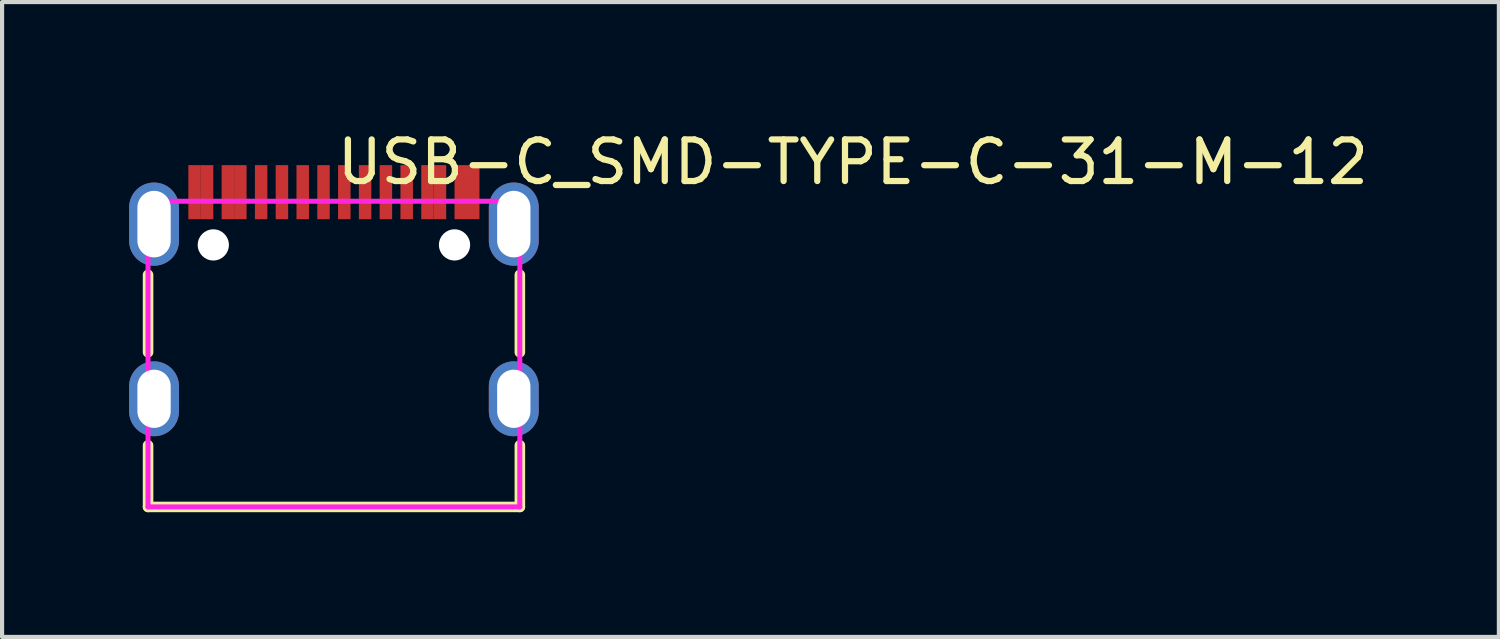
<source format=kicad_pcb>
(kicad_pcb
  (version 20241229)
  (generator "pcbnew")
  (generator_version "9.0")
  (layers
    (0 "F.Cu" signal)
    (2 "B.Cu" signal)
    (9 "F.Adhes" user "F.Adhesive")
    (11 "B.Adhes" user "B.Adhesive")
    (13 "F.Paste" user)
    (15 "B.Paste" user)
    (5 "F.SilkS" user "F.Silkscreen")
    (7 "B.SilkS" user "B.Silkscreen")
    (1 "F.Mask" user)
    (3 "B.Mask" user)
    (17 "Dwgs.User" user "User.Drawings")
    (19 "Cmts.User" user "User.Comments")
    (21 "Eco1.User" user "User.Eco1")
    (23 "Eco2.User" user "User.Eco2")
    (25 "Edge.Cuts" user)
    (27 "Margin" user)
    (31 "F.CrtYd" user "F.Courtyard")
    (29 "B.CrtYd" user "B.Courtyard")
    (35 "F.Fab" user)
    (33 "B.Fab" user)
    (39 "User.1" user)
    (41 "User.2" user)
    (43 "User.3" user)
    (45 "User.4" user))
  (footprint "USB-C_SMD-TYPE-C-31-M-12"
    (layer "F.Cu")
    (at 4.979 4.055)
    (property "Reference" "USB-C_SMD-TYPE-C-31-M-12" (at 0 -3.207 0) (layer "F.SilkS") (effects (font (size 1 1) (thickness 0.15)) (justify left)))
    (attr through_hole)
    (fp_line (start -4.469 1.366) (end -4.469 -0.497) (stroke (width 0.254) (type solid)) (layer "F.SilkS"))
    (fp_line (start -4.469 5.084) (end -4.469 3.603) (stroke (width 0.254) (type solid)) (layer "F.SilkS"))
    (fp_line (start 4.471 1.366) (end 4.471 -0.498) (stroke (width 0.254) (type solid)) (layer "F.SilkS"))
    (fp_line (start 4.471 5.084) (end -4.469 5.084) (stroke (width 0.254) (type solid)) (layer "F.SilkS"))
    (fp_line (start 4.471 5.084) (end 4.471 3.602) (stroke (width 0.254) (type solid)) (layer "F.SilkS"))
    (fp_poly (pts (xy -1.9 -3.134) (xy -1.6 -3.134) (xy -1.6 -1.835) (xy -1.9 -1.835)) (stroke (width 0.12) (type solid)) (fill yes) (layer "F.Paste"))
    (fp_poly (pts (xy -1.4 -3.134) (xy -1.1 -3.134) (xy -1.1 -1.835) (xy -1.4 -1.835)) (stroke (width 0.12) (type solid)) (fill yes) (layer "F.Paste"))
    (fp_poly (pts (xy -0.9 -3.134) (xy -0.6 -3.134) (xy -0.6 -1.835) (xy -0.9 -1.835)) (stroke (width 0.12) (type solid)) (fill yes) (layer "F.Paste"))
    (fp_poly (pts (xy -0.4 -3.134) (xy -0.1 -3.134) (xy -0.1 -1.835) (xy -0.4 -1.835)) (stroke (width 0.12) (type solid)) (fill yes) (layer "F.Paste"))
    (fp_poly (pts (xy 0.1 -3.134) (xy 0.4 -3.134) (xy 0.4 -1.835) (xy 0.1 -1.835)) (stroke (width 0.12) (type solid)) (fill yes) (layer "F.Paste"))
    (fp_poly (pts (xy 0.6 -3.134) (xy 0.9 -3.134) (xy 0.9 -1.835) (xy 0.6 -1.835)) (stroke (width 0.12) (type solid)) (fill yes) (layer "F.Paste"))
    (fp_poly (pts (xy 1.1 -3.134) (xy 1.4 -3.134) (xy 1.4 -1.835) (xy 1.1 -1.835)) (stroke (width 0.12) (type solid)) (fill yes) (layer "F.Paste"))
    (fp_poly (pts (xy 1.6 -3.134) (xy 1.9 -3.134) (xy 1.9 -1.835) (xy 1.6 -1.835)) (stroke (width 0.12) (type solid)) (fill yes) (layer "F.Paste"))
    (fp_poly (pts (xy -3.45 -3.134) (xy -2.95 -3.134) (xy -2.95 -1.834) (xy -3.45 -1.834) (xy -3.45 -1.857)) (stroke (width 0.12) (type solid)) (fill yes) (layer "F.Paste"))
    (fp_poly (pts (xy -2.65 -3.134) (xy -2.15 -3.134) (xy -2.15 -1.834) (xy -2.65 -1.834) (xy -2.65 -1.857)) (stroke (width 0.12) (type solid)) (fill yes) (layer "F.Paste"))
    (fp_poly (pts (xy 2.15 -3.134) (xy 2.65 -3.134) (xy 2.65 -1.834) (xy 2.15 -1.834) (xy 2.15 -1.857)) (stroke (width 0.12) (type solid)) (fill yes) (layer "F.Paste"))
    (fp_poly (pts (xy 2.95 -3.134) (xy 3.45 -3.134) (xy 3.45 -1.834) (xy 2.95 -1.834) (xy 2.95 -1.857)) (stroke (width 0.12) (type solid)) (fill yes) (layer "F.Paste"))
    (fp_poly (pts (xy -3.721 -1.312) (xy -3.733 -1.196) (xy -3.766 -1.085) (xy -3.821 -0.982) (xy -3.895 -0.892) (xy -3.986 -0.817) (xy -4.088 -0.762) (xy -4.2 -0.729) (xy -4.316 -0.717) (xy -4.342 -0.717) (xy -4.455 -0.728) (xy -4.563 -0.761) (xy -4.663 -0.814) (xy -4.75 -0.886) (xy -4.822 -0.974) (xy -4.875 -1.073) (xy -4.908 -1.182) (xy -4.919 -1.294) (xy -4.919 -2.128) (xy -4.907 -2.243) (xy -4.874 -2.353) (xy -4.82 -2.454) (xy -4.747 -2.543) (xy -4.658 -2.616) (xy -4.557 -2.67) (xy -4.447 -2.703) (xy -4.333 -2.715) (xy -4.297 -2.715) (xy -4.185 -2.703) (xy -4.076 -2.671) (xy -3.977 -2.617) (xy -3.889 -2.546) (xy -3.817 -2.458) (xy -3.764 -2.358) (xy -3.731 -2.25) (xy -3.72 -2.138) (xy -3.721 -1.312)) (stroke (width 0.12) (type solid)) (fill yes) (layer "F.Paste"))
    (fp_poly (pts (xy 4.298 -0.717) (xy 4.185 -0.728) (xy 4.077 -0.761) (xy 3.977 -0.814) (xy 3.89 -0.886) (xy 3.818 -0.974) (xy 3.765 -1.073) (xy 3.732 -1.182) (xy 3.721 -1.294) (xy 3.721 -2.128) (xy 3.733 -2.243) (xy 3.766 -2.353) (xy 3.82 -2.454) (xy 3.893 -2.543) (xy 3.982 -2.616) (xy 4.083 -2.67) (xy 4.193 -2.703) (xy 4.308 -2.715) (xy 4.343 -2.715) (xy 4.455 -2.703) (xy 4.564 -2.671) (xy 4.663 -2.617) (xy 4.751 -2.546) (xy 4.823 -2.458) (xy 4.876 -2.358) (xy 4.909 -2.25) (xy 4.92 -2.138) (xy 4.919 -1.312) (xy 4.908 -1.196) (xy 4.874 -1.085) (xy 4.819 -0.982) (xy 4.745 -0.892) (xy 4.654 -0.817) (xy 4.552 -0.762) (xy 4.44 -0.729) (xy 4.324 -0.717) (xy 4.298 -0.717)) (stroke (width 0.12) (type solid)) (fill yes) (layer "F.Paste"))
    (fp_poly (pts (xy -3.72 2.38) (xy -3.721 2.38) (xy -3.721 2.381) (xy -3.721 2.77) (xy -3.732 2.885) (xy -3.766 2.996) (xy -3.821 3.099) (xy -3.894 3.189) (xy -3.984 3.262) (xy -4.086 3.317) (xy -4.198 3.351) (xy -4.313 3.362) (xy -4.36 3.362) (xy -4.469 3.351) (xy -4.573 3.32) (xy -4.669 3.268) (xy -4.754 3.199) (xy -4.823 3.115) (xy -4.874 3.019) (xy -4.906 2.914) (xy -4.916 2.806) (xy -4.916 2.517) (xy -4.919 2.156) (xy -4.907 2.041) (xy -4.874 1.93) (xy -4.819 1.828) (xy -4.746 1.739) (xy -4.657 1.666) (xy -4.555 1.611) (xy -4.444 1.578) (xy -4.33 1.566) (xy -4.295 1.566) (xy -4.182 1.578) (xy -4.075 1.61) (xy -3.975 1.663) (xy -3.888 1.735) (xy -3.816 1.822) (xy -3.763 1.922) (xy -3.731 2.029) (xy -3.72 2.142) (xy -3.72 2.258)) (stroke (width 0.12) (type solid)) (fill yes) (layer "F.Paste"))
    (fp_poly (pts (xy 4.92 2.38) (xy 4.919 2.38) (xy 4.919 2.381) (xy 4.919 2.77) (xy 4.908 2.885) (xy 4.874 2.996) (xy 4.819 3.099) (xy 4.746 3.189) (xy 4.656 3.262) (xy 4.554 3.317) (xy 4.443 3.351) (xy 4.327 3.362) (xy 4.28 3.362) (xy 4.171 3.351) (xy 4.067 3.32) (xy 3.971 3.268) (xy 3.887 3.199) (xy 3.817 3.115) (xy 3.766 3.019) (xy 3.734 2.914) (xy 3.724 2.806) (xy 3.724 2.517) (xy 3.722 2.156) (xy 3.733 2.041) (xy 3.766 1.93) (xy 3.821 1.828) (xy 3.894 1.739) (xy 3.983 1.666) (xy 4.085 1.611) (xy 4.196 1.578) (xy 4.311 1.566) (xy 4.345 1.566) (xy 4.458 1.578) (xy 4.566 1.61) (xy 4.665 1.663) (xy 4.752 1.735) (xy 4.824 1.822) (xy 4.877 1.922) (xy 4.909 2.029) (xy 4.921 2.142) (xy 4.921 2.258)) (stroke (width 0.12) (type solid)) (fill yes) (layer "F.Paste"))
    (fp_circle (center -2.9 -1.216) (end -2.775 -1.216) (stroke (width 0.25) (type solid)) (fill no) (layer "Dwgs.User"))
    (fp_circle (center 2.9 -1.216) (end 3.025 -1.216) (stroke (width 0.25) (type solid)) (fill no) (layer "Dwgs.User"))
    (fp_circle (center -4.475 -2.766) (end -4.445 -2.766) (stroke (width 0.06) (type solid)) (fill no) (layer "Eco2.User"))
    (fp_poly (pts (xy -4.475 -2.266) (xy -4.175 -2.266) (xy -4.175 -1.166) (xy -4.475 -1.166)) (stroke (width 0.12) (type solid)) (fill no) (layer "Eco2.User"))
    (fp_poly (pts (xy -4.475 2.084) (xy -4.175 2.084) (xy -4.175 2.884) (xy -4.475 2.884)) (stroke (width 0.12) (type solid)) (fill no) (layer "Eco2.User"))
    (fp_poly (pts (xy -3.41 -2.766) (xy -3.21 -2.766) (xy -3.21 -2.066) (xy -3.41 -2.066)) (stroke (width 0.12) (type solid)) (fill no) (layer "Eco2.User"))
    (fp_poly (pts (xy -3.21 -2.766) (xy -3.01 -2.766) (xy -3.01 -2.066) (xy -3.21 -2.066)) (stroke (width 0.12) (type solid)) (fill no) (layer "Eco2.User"))
    (fp_poly (pts (xy -2.61 -2.766) (xy -2.41 -2.766) (xy -2.41 -2.066) (xy -2.61 -2.066)) (stroke (width 0.12) (type solid)) (fill no) (layer "Eco2.User"))
    (fp_poly (pts (xy -2.41 -2.766) (xy -2.21 -2.766) (xy -2.21 -2.066) (xy -2.41 -2.066)) (stroke (width 0.12) (type solid)) (fill no) (layer "Eco2.User"))
    (fp_poly (pts (xy -1.85 -2.766) (xy -1.65 -2.766) (xy -1.65 -2.066) (xy -1.85 -2.066)) (stroke (width 0.12) (type solid)) (fill no) (layer "Eco2.User"))
    (fp_poly (pts (xy -1.35 -2.766) (xy -1.15 -2.766) (xy -1.15 -2.066) (xy -1.35 -2.066)) (stroke (width 0.12) (type solid)) (fill no) (layer "Eco2.User"))
    (fp_poly (pts (xy -0.85 -2.766) (xy -0.65 -2.766) (xy -0.65 -2.066) (xy -0.85 -2.066)) (stroke (width 0.12) (type solid)) (fill no) (layer "Eco2.User"))
    (fp_poly (pts (xy -0.35 -2.766) (xy -0.15 -2.766) (xy -0.15 -2.066) (xy -0.35 -2.066)) (stroke (width 0.12) (type solid)) (fill no) (layer "Eco2.User"))
    (fp_poly (pts (xy 0.15 -2.766) (xy 0.35 -2.766) (xy 0.35 -2.066) (xy 0.15 -2.066)) (stroke (width 0.12) (type solid)) (fill no) (layer "Eco2.User"))
    (fp_poly (pts (xy 0.65 -2.766) (xy 0.85 -2.766) (xy 0.85 -2.066) (xy 0.65 -2.066)) (stroke (width 0.12) (type solid)) (fill no) (layer "Eco2.User"))
    (fp_poly (pts (xy 1.15 -2.766) (xy 1.35 -2.766) (xy 1.35 -2.066) (xy 1.15 -2.066)) (stroke (width 0.12) (type solid)) (fill no) (layer "Eco2.User"))
    (fp_poly (pts (xy 1.65 -2.766) (xy 1.85 -2.766) (xy 1.85 -2.066) (xy 1.65 -2.066)) (stroke (width 0.12) (type solid)) (fill no) (layer "Eco2.User"))
    (fp_poly (pts (xy 2.21 -2.766) (xy 2.41 -2.766) (xy 2.41 -2.066) (xy 2.21 -2.066)) (stroke (width 0.12) (type solid)) (fill no) (layer "Eco2.User"))
    (fp_poly (pts (xy 2.41 -2.766) (xy 2.61 -2.766) (xy 2.61 -2.066) (xy 2.41 -2.066)) (stroke (width 0.12) (type solid)) (fill no) (layer "Eco2.User"))
    (fp_poly (pts (xy 3.01 -2.766) (xy 3.21 -2.766) (xy 3.21 -2.066) (xy 3.01 -2.066)) (stroke (width 0.12) (type solid)) (fill no) (layer "Eco2.User"))
    (fp_poly (pts (xy 3.21 -2.766) (xy 3.41 -2.766) (xy 3.41 -2.066) (xy 3.21 -2.066)) (stroke (width 0.12) (type solid)) (fill no) (layer "Eco2.User"))
    (fp_poly (pts (xy 4.175 -2.266) (xy 4.475 -2.266) (xy 4.475 -1.166) (xy 4.175 -1.166)) (stroke (width 0.12) (type solid)) (fill no) (layer "Eco2.User"))
    (fp_poly (pts (xy 4.175 2.084) (xy 4.475 2.084) (xy 4.475 2.884) (xy 4.175 2.884)) (stroke (width 0.12) (type solid)) (fill no) (layer "Eco2.User"))
    (fp_line (start -4.47 -2.266) (end 4.47 -2.266) (stroke (width 0.12) (type solid)) (layer "F.CrtYd"))
    (fp_line (start -4.47 5.084) (end -4.47 -2.266) (stroke (width 0.12) (type solid)) (layer "F.CrtYd"))
    (fp_line (start 4.47 -2.266) (end 4.47 5.084) (stroke (width 0.12) (type solid)) (layer "F.CrtYd"))
    (fp_line (start 4.47 5.084) (end -4.47 5.084) (stroke (width 0.12) (type solid)) (layer "F.CrtYd"))
    (pad "" np_thru_hole circle (at -2.9 -1.216) (size 0.75 0.75) (drill 0.75) (layers "*.Cu" "*.Mask"))
    (pad "" np_thru_hole circle (at 2.9 -1.216) (size 0.75 0.75) (drill 0.75) (layers "*.Cu" "*.Mask"))
    (pad "0" thru_hole oval (at -4.325 -1.716) (size 1.2 2) (drill oval 0.8 1.6) (layers "*.Cu" "*.Mask"))
    (pad "0" thru_hole oval (at -4.325 2.484) (size 1.2 1.8) (drill oval 0.8 1.4) (layers "*.Cu" "*.Mask"))
    (pad "0" thru_hole oval (at 4.325 -1.716) (size 1.2 2) (drill oval 0.8 1.6) (layers "*.Cu" "*.Mask"))
    (pad "0" thru_hole oval (at 4.325 2.484) (size 1.2 1.8) (drill oval 0.8 1.4) (layers "*.Cu" "*.Mask"))
    (pad "A1" smd rect (at -3.35 -2.484) (size 0.3 1.3) (layers "F.Cu" "F.Mask" "F.Paste"))
    (pad "A4" smd rect (at -2.55 -2.484) (size 0.3 1.3) (layers "F.Cu" "F.Mask" "F.Paste"))
    (pad "A5" smd rect (at -1.25 -2.484) (size 0.3 1.3) (layers "F.Cu" "F.Mask" "F.Paste"))
    (pad "A6" smd rect (at -0.25 -2.484) (size 0.3 1.3) (layers "F.Cu" "F.Mask" "F.Paste"))
    (pad "A7" smd rect (at 0.25 -2.484) (size 0.3 1.3) (layers "F.Cu" "F.Mask" "F.Paste"))
    (pad "A8" smd rect (at 1.25 -2.484) (size 0.3 1.3) (layers "F.Cu" "F.Mask" "F.Paste"))
    (pad "A9" smd rect (at 2.55 -2.484) (size 0.3 1.3) (layers "F.Cu" "F.Mask" "F.Paste"))
    (pad "A12" smd rect (at 3.35 -2.484) (size 0.3 1.3) (layers "F.Cu" "F.Mask" "F.Paste"))
    (pad "B1" smd rect (at 3.05 -2.484) (size 0.3 1.3) (layers "F.Cu" "F.Mask" "F.Paste"))
    (pad "B4" smd rect (at 2.25 -2.484) (size 0.3 1.3) (layers "F.Cu" "F.Mask" "F.Paste"))
    (pad "B5" smd rect (at 1.75 -2.484) (size 0.3 1.3) (layers "F.Cu" "F.Mask" "F.Paste"))
    (pad "B6" smd rect (at 0.75 -2.484) (size 0.3 1.3) (layers "F.Cu" "F.Mask" "F.Paste"))
    (pad "B7" smd rect (at -0.75 -2.484) (size 0.3 1.3) (layers "F.Cu" "F.Mask" "F.Paste"))
    (pad "B8" smd rect (at -1.75 -2.484) (size 0.3 1.3) (layers "F.Cu" "F.Mask" "F.Paste"))
    (pad "B9" smd rect (at -2.25 -2.484) (size 0.3 1.3) (layers "F.Cu" "F.Mask" "F.Paste"))
    (pad "B12" smd rect (at -3.05 -2.484) (size 0.3 1.3) (layers "F.Cu" "F.Mask" "F.Paste")))
  (gr_rect
    (start -3 -3)
    (end 32.991 12.266)
    (stroke (width 0.1) (type default))
    (fill no)
    (layer "Edge.Cuts")))
</source>
